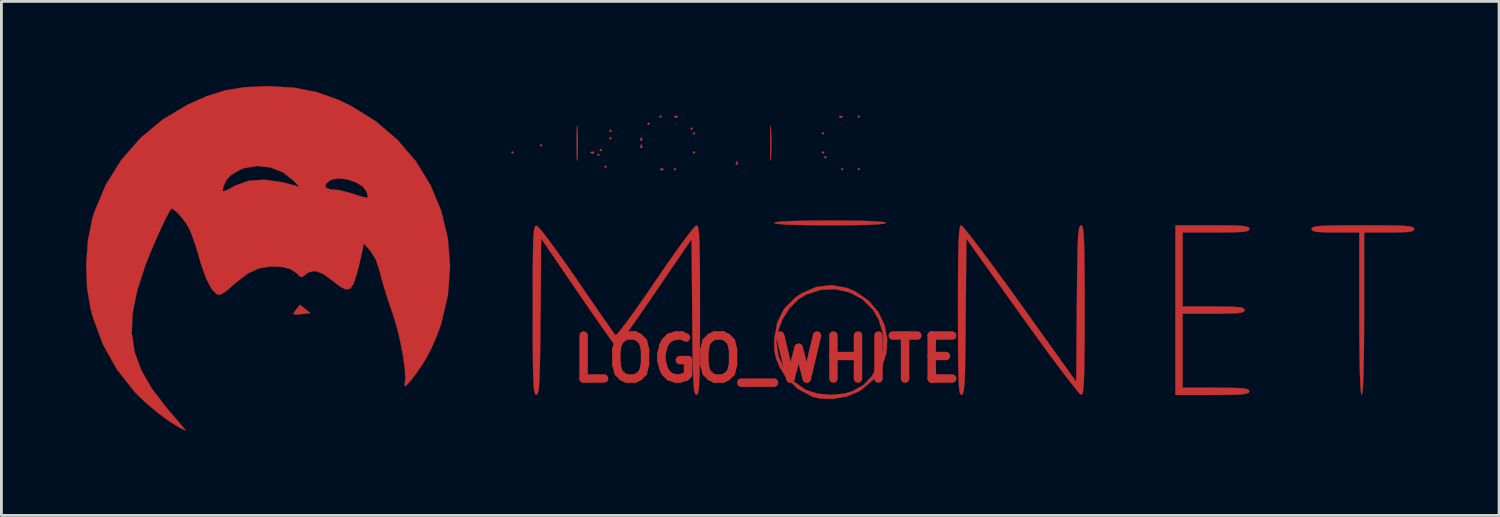
<source format=kicad_pcb>
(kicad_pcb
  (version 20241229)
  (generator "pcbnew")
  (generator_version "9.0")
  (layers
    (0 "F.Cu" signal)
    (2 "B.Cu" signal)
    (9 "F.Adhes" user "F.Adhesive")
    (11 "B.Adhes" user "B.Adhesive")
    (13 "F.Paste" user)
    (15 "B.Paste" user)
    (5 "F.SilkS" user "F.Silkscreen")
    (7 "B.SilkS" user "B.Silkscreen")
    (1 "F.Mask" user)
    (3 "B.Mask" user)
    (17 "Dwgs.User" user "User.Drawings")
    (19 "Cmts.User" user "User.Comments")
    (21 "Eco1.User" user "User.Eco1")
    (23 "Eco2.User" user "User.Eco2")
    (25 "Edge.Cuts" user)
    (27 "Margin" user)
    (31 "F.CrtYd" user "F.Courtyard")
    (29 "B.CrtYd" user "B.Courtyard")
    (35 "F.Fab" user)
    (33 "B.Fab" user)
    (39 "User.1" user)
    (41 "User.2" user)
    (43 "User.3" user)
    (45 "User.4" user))
  (footprint "LOGO_WHITE"
    (layer "F.Cu")
    (at 24.129 9.676)
    (property "Reference" "LOGO_WHITE" (at 0 0 0) (layer "F.Cu") (effects (font (size 1.524 1.524) (thickness 0.3))))
    (attr through_hole)
    (fp_poly (pts (xy -8.975 -7.324) (xy -9.017 -7.281) (xy -9.059 -7.324) (xy -9.017 -7.366) (xy -8.975 -7.324)) (stroke (width 0.01) (type solid)) (fill yes) (layer "F.Cu"))
    (fp_poly (pts (xy -7.959 -7.578) (xy -8.001 -7.535) (xy -8.043 -7.578) (xy -8.001 -7.62) (xy -7.959 -7.578)) (stroke (width 0.01) (type solid)) (fill yes) (layer "F.Cu"))
    (fp_poly (pts (xy -5.927 -7.239) (xy -5.969 -7.197) (xy -6.011 -7.239) (xy -5.969 -7.281) (xy -5.927 -7.239)) (stroke (width 0.01) (type solid)) (fill yes) (layer "F.Cu"))
    (fp_poly (pts (xy -5.842 -7.408) (xy -5.884 -7.366) (xy -5.927 -7.408) (xy -5.884 -7.451) (xy -5.842 -7.408)) (stroke (width 0.01) (type solid)) (fill yes) (layer "F.Cu"))
    (fp_poly (pts (xy -5.673 -6.816) (xy -5.715 -6.773) (xy -5.757 -6.816) (xy -5.715 -6.858) (xy -5.673 -6.816)) (stroke (width 0.01) (type solid)) (fill yes) (layer "F.Cu"))
    (fp_poly (pts (xy -5.503 -8.086) (xy -5.546 -8.043) (xy -5.588 -8.086) (xy -5.546 -8.128) (xy -5.503 -8.086)) (stroke (width 0.01) (type solid)) (fill yes) (layer "F.Cu"))
    (fp_poly (pts (xy -5.503 -7.832) (xy -5.546 -7.789) (xy -5.588 -7.832) (xy -5.546 -7.874) (xy -5.503 -7.832)) (stroke (width 0.01) (type solid)) (fill yes) (layer "F.Cu"))
    (fp_poly (pts (xy -4.149 -8.34) (xy -4.191 -8.297) (xy -4.233 -8.34) (xy -4.191 -8.382) (xy -4.149 -8.34)) (stroke (width 0.01) (type solid)) (fill yes) (layer "F.Cu"))
    (fp_poly (pts (xy -3.725 -8.594) (xy -3.768 -8.551) (xy -3.81 -8.594) (xy -3.768 -8.636) (xy -3.725 -8.594)) (stroke (width 0.01) (type solid)) (fill yes) (layer "F.Cu"))
    (fp_poly (pts (xy -3.217 -6.731) (xy -3.26 -6.689) (xy -3.302 -6.731) (xy -3.26 -6.773) (xy -3.217 -6.731)) (stroke (width 0.01) (type solid)) (fill yes) (layer "F.Cu"))
    (fp_poly (pts (xy -2.625 -8.17) (xy -2.667 -8.128) (xy -2.709 -8.17) (xy -2.667 -8.213) (xy -2.625 -8.17)) (stroke (width 0.01) (type solid)) (fill yes) (layer "F.Cu"))
    (fp_poly (pts (xy -2.54 -8.001) (xy -2.582 -7.959) (xy -2.625 -8.001) (xy -2.582 -8.043) (xy -2.54 -8.001)) (stroke (width 0.01) (type solid)) (fill yes) (layer "F.Cu"))
    (fp_poly (pts (xy -2.54 -7.324) (xy -2.582 -7.281) (xy -2.625 -7.324) (xy -2.582 -7.366) (xy -2.54 -7.324)) (stroke (width 0.01) (type solid)) (fill yes) (layer "F.Cu"))
    (fp_poly (pts (xy 2.032 -8.001) (xy 1.99 -7.959) (xy 1.947 -8.001) (xy 1.99 -8.043) (xy 2.032 -8.001)) (stroke (width 0.01) (type solid)) (fill yes) (layer "F.Cu"))
    (fp_poly (pts (xy 2.032 -7.324) (xy 1.99 -7.281) (xy 1.947 -7.324) (xy 1.99 -7.366) (xy 2.032 -7.324)) (stroke (width 0.01) (type solid)) (fill yes) (layer "F.Cu"))
    (fp_poly (pts (xy 2.117 -7.154) (xy 2.074 -7.112) (xy 2.032 -7.154) (xy 2.074 -7.197) (xy 2.117 -7.154)) (stroke (width 0.01) (type solid)) (fill yes) (layer "F.Cu"))
    (fp_poly (pts (xy 2.709 -6.731) (xy 2.667 -6.689) (xy 2.625 -6.731) (xy 2.667 -6.773) (xy 2.709 -6.731)) (stroke (width 0.01) (type solid)) (fill yes) (layer "F.Cu"))
    (fp_poly (pts (xy 3.302 -8.594) (xy 3.26 -8.551) (xy 3.217 -8.594) (xy 3.26 -8.636) (xy 3.302 -8.594)) (stroke (width 0.01) (type solid)) (fill yes) (layer "F.Cu"))
    (fp_poly (pts (xy 3.302 -6.731) (xy 3.26 -6.689) (xy 3.217 -6.731) (xy 3.26 -6.773) (xy 3.302 -6.731)) (stroke (width 0.01) (type solid)) (fill yes) (layer "F.Cu"))
    (fp_poly (pts (xy -6.124 -7.338) (xy -6.136 -7.287) (xy -6.181 -7.281) (xy -6.25 -7.312) (xy -6.237 -7.338) (xy -6.137 -7.348) (xy -6.124 -7.338)) (stroke (width 0.01) (type solid)) (fill yes) (layer "F.Cu"))
    (fp_poly (pts (xy -4.431 -7.846) (xy -4.421 -7.745) (xy -4.431 -7.733) (xy -4.481 -7.745) (xy -4.487 -7.789) (xy -4.456 -7.859) (xy -4.431 -7.846)) (stroke (width 0.01) (type solid)) (fill yes) (layer "F.Cu"))
    (fp_poly (pts (xy -4.431 -7.592) (xy -4.421 -7.491) (xy -4.431 -7.479) (xy -4.481 -7.491) (xy -4.487 -7.535) (xy -4.456 -7.605) (xy -4.431 -7.592)) (stroke (width 0.01) (type solid)) (fill yes) (layer "F.Cu"))
    (fp_poly (pts (xy -3.669 -6.745) (xy -3.681 -6.695) (xy -3.725 -6.689) (xy -3.795 -6.72) (xy -3.782 -6.745) (xy -3.681 -6.755) (xy -3.669 -6.745)) (stroke (width 0.01) (type solid)) (fill yes) (layer "F.Cu"))
    (fp_poly (pts (xy -3.161 -8.608) (xy -3.173 -8.557) (xy -3.217 -8.551) (xy -3.287 -8.582) (xy -3.274 -8.608) (xy -3.173 -8.618) (xy -3.161 -8.608)) (stroke (width 0.01) (type solid)) (fill yes) (layer "F.Cu"))
    (fp_poly (pts (xy -1.044 -6.999) (xy -1.034 -6.899) (xy -1.044 -6.886) (xy -1.095 -6.898) (xy -1.101 -6.943) (xy -1.07 -7.012) (xy -1.044 -6.999)) (stroke (width 0.01) (type solid)) (fill yes) (layer "F.Cu"))
    (fp_poly (pts (xy 2.681 -8.608) (xy 2.669 -8.557) (xy 2.625 -8.551) (xy 2.555 -8.582) (xy 2.568 -8.608) (xy 2.669 -8.618) (xy 2.681 -8.608)) (stroke (width 0.01) (type solid)) (fill yes) (layer "F.Cu"))
    (fp_poly (pts (xy -16.496 -1.883) (xy -16.363 -1.779) (xy -16.174 -1.626) (xy -16.507 -1.594) (xy -16.716 -1.579) (xy -16.784 -1.602) (xy -16.739 -1.683) (xy -16.697 -1.734) (xy -16.591 -1.865) (xy -16.553 -1.919) (xy -16.496 -1.883)) (stroke (width 0.01) (type solid)) (fill yes) (layer "F.Cu"))
    (fp_poly (pts (xy -6.713 -8.193) (xy -6.711 -8.146) (xy -6.699 -7.757) (xy -6.702 -7.343) (xy -6.711 -7.13) (xy -6.722 -7.024) (xy -6.731 -7.072) (xy -6.738 -7.26) (xy -6.741 -7.573) (xy -6.741 -7.662) (xy -6.739 -7.998) (xy -6.733 -8.207) (xy -6.724 -8.276) (xy -6.713 -8.193)) (stroke (width 0.01) (type solid)) (fill yes) (layer "F.Cu"))
    (fp_poly (pts (xy 0.145 -8.193) (xy 0.147 -8.146) (xy 0.159 -7.757) (xy 0.156 -7.343) (xy 0.147 -7.13) (xy 0.136 -7.024) (xy 0.127 -7.072) (xy 0.12 -7.26) (xy 0.117 -7.573) (xy 0.117 -7.662) (xy 0.119 -7.998) (xy 0.125 -8.207) (xy 0.134 -8.276) (xy 0.145 -8.193)) (stroke (width 0.01) (type solid)) (fill yes) (layer "F.Cu"))
    (fp_poly (pts (xy 2.932 -4.907) (xy 3.483 -4.897) (xy 3.889 -4.88) (xy 4.141 -4.857) (xy 4.233 -4.828) (xy 4.233 -4.826) (xy 4.15 -4.797) (xy 3.905 -4.773) (xy 3.507 -4.756) (xy 2.963 -4.745) (xy 2.282 -4.741) (xy 2.244 -4.741) (xy 1.555 -4.745) (xy 1.004 -4.755) (xy 0.599 -4.772) (xy 0.346 -4.795) (xy 0.254 -4.824) (xy 0.254 -4.826) (xy 0.337 -4.855) (xy 0.582 -4.879) (xy 0.98 -4.896) (xy 1.524 -4.907) (xy 2.205 -4.911) (xy 2.244 -4.911) (xy 2.932 -4.907)) (stroke (width 0.01) (type solid)) (fill yes) (layer "F.Cu"))
    (fp_poly (pts (xy 21.732 -4.74) (xy 22.191 -4.735) (xy 22.521 -4.725) (xy 22.741 -4.708) (xy 22.871 -4.683) (xy 22.932 -4.649) (xy 22.945 -4.614) (xy 22.917 -4.556) (xy 22.817 -4.519) (xy 22.617 -4.497) (xy 22.29 -4.488) (xy 22.056 -4.487) (xy 21.167 -4.487) (xy 21.167 -1.609) (xy 21.164 -0.749) (xy 21.157 -0.035) (xy 21.145 0.529) (xy 21.128 0.937) (xy 21.107 1.186) (xy 21.082 1.27) (xy 21.082 1.27) (xy 21.057 1.186) (xy 21.036 0.938) (xy 21.019 0.529) (xy 21.007 -0.034) (xy 21 -0.748) (xy 20.997 -1.608) (xy 20.997 -4.487) (xy 20.151 -4.487) (xy 19.756 -4.492) (xy 19.502 -4.507) (xy 19.362 -4.538) (xy 19.308 -4.588) (xy 19.304 -4.614) (xy 19.324 -4.657) (xy 19.398 -4.689) (xy 19.545 -4.712) (xy 19.786 -4.727) (xy 20.14 -4.736) (xy 20.628 -4.74) (xy 21.124 -4.741) (xy 21.732 -4.74)) (stroke (width 0.01) (type solid)) (fill yes) (layer "F.Cu"))
    (fp_poly (pts (xy 16.297 -4.739) (xy 16.657 -4.731) (xy 16.894 -4.715) (xy 17.032 -4.688) (xy 17.093 -4.649) (xy 17.103 -4.614) (xy 17.079 -4.563) (xy 16.992 -4.527) (xy 16.816 -4.505) (xy 16.529 -4.492) (xy 16.105 -4.488) (xy 15.917 -4.487) (xy 14.732 -4.487) (xy 14.732 -1.863) (xy 15.833 -1.863) (xy 16.291 -1.86) (xy 16.605 -1.849) (xy 16.8 -1.829) (xy 16.901 -1.794) (xy 16.933 -1.744) (xy 16.933 -1.736) (xy 16.909 -1.683) (xy 16.819 -1.647) (xy 16.637 -1.624) (xy 16.34 -1.612) (xy 15.903 -1.609) (xy 15.833 -1.609) (xy 14.732 -1.609) (xy 14.732 1.016) (xy 15.917 1.016) (xy 16.395 1.019) (xy 16.728 1.028) (xy 16.941 1.047) (xy 17.056 1.077) (xy 17.1 1.123) (xy 17.103 1.143) (xy 17.08 1.192) (xy 16.996 1.227) (xy 16.829 1.25) (xy 16.553 1.263) (xy 16.148 1.269) (xy 15.79 1.27) (xy 14.478 1.27) (xy 14.478 -4.741) (xy 15.79 -4.741) (xy 16.297 -4.739)) (stroke (width 0.01) (type solid)) (fill yes) (layer "F.Cu"))
    (fp_poly (pts (xy 2.838 -2.522) (xy 3.132 -2.398) (xy 3.606 -2.071) (xy 3.953 -1.66) (xy 4.174 -1.191) (xy 4.266 -0.69) (xy 4.229 -0.183) (xy 4.063 0.302) (xy 3.765 0.738) (xy 3.336 1.101) (xy 3.263 1.145) (xy 2.836 1.323) (xy 2.354 1.41) (xy 1.883 1.398) (xy 1.601 1.328) (xy 1.086 1.048) (xy 0.673 0.638) (xy 0.458 0.289) (xy 0.331 -0.003) (xy 0.27 -0.259) (xy 0.259 -0.563) (xy 0.262 -0.616) (xy 0.339 -0.616) (xy 0.416 -0.096) (xy 0.632 0.389) (xy 0.96 0.799) (xy 1.372 1.09) (xy 1.794 1.225) (xy 2.284 1.269) (xy 2.763 1.22) (xy 3.028 1.139) (xy 3.418 0.921) (xy 3.716 0.613) (xy 3.947 0.212) (xy 4.12 -0.336) (xy 4.124 -0.88) (xy 3.963 -1.406) (xy 3.75 -1.759) (xy 3.379 -2.126) (xy 2.923 -2.367) (xy 2.418 -2.477) (xy 1.896 -2.451) (xy 1.392 -2.284) (xy 1.116 -2.118) (xy 0.805 -1.809) (xy 0.549 -1.4) (xy 0.384 -0.955) (xy 0.339 -0.616) (xy 0.262 -0.616) (xy 0.267 -0.74) (xy 0.369 -1.305) (xy 0.609 -1.777) (xy 0.995 -2.169) (xy 1.217 -2.322) (xy 1.743 -2.555) (xy 2.289 -2.622) (xy 2.838 -2.522)) (stroke (width 0.01) (type solid)) (fill yes) (layer "F.Cu"))
    (fp_poly (pts (xy 11.168 -4.723) (xy 11.196 -4.658) (xy 11.217 -4.531) (xy 11.233 -4.326) (xy 11.245 -4.028) (xy 11.253 -3.619) (xy 11.258 -3.086) (xy 11.26 -2.413) (xy 11.261 -1.736) (xy 11.26 -0.928) (xy 11.257 -0.274) (xy 11.251 0.241) (xy 11.242 0.632) (xy 11.228 0.915) (xy 11.211 1.105) (xy 11.188 1.216) (xy 11.159 1.265) (xy 11.142 1.27) (xy 11.068 1.203) (xy 10.908 1.013) (xy 10.673 0.713) (xy 10.373 0.319) (xy 10.021 -0.155) (xy 9.626 -0.695) (xy 9.2 -1.285) (xy 9.046 -1.5) (xy 7.07 -4.27) (xy 7.047 -1.5) (xy 7.04 -0.732) (xy 7.032 -0.117) (xy 7.022 0.361) (xy 7.01 0.719) (xy 6.994 0.972) (xy 6.973 1.137) (xy 6.947 1.23) (xy 6.915 1.267) (xy 6.899 1.27) (xy 6.866 1.252) (xy 6.838 1.187) (xy 6.817 1.06) (xy 6.801 0.855) (xy 6.789 0.556) (xy 6.781 0.148) (xy 6.776 -0.385) (xy 6.774 -1.059) (xy 6.773 -1.736) (xy 6.774 -2.552) (xy 6.778 -3.214) (xy 6.784 -3.735) (xy 6.795 -4.13) (xy 6.809 -4.414) (xy 6.827 -4.601) (xy 6.851 -4.705) (xy 6.881 -4.741) (xy 6.885 -4.741) (xy 6.957 -4.675) (xy 7.116 -4.484) (xy 7.35 -4.185) (xy 7.649 -3.791) (xy 8.002 -3.317) (xy 8.397 -2.778) (xy 8.823 -2.189) (xy 8.981 -1.968) (xy 10.964 0.804) (xy 10.987 -1.968) (xy 10.994 -2.737) (xy 11.002 -3.352) (xy 11.012 -3.831) (xy 11.024 -4.189) (xy 11.04 -4.442) (xy 11.061 -4.607) (xy 11.087 -4.701) (xy 11.119 -4.738) (xy 11.135 -4.741) (xy 11.168 -4.723)) (stroke (width 0.01) (type solid)) (fill yes) (layer "F.Cu"))
    (fp_poly (pts (xy -2.46 -4.721) (xy -2.434 -4.65) (xy -2.413 -4.513) (xy -2.397 -4.294) (xy -2.386 -3.978) (xy -2.378 -3.55) (xy -2.373 -2.994) (xy -2.371 -2.294) (xy -2.371 -1.736) (xy -2.371 -0.933) (xy -2.374 -0.285) (xy -2.379 0.226) (xy -2.388 0.614) (xy -2.401 0.896) (xy -2.418 1.087) (xy -2.44 1.202) (xy -2.468 1.258) (xy -2.497 1.27) (xy -2.532 1.251) (xy -2.56 1.183) (xy -2.583 1.05) (xy -2.601 0.835) (xy -2.615 0.523) (xy -2.626 0.096) (xy -2.635 -0.46) (xy -2.642 -1.163) (xy -2.645 -1.493) (xy -2.667 -4.255) (xy -3.974 -2.339) (xy -4.318 -1.837) (xy -4.631 -1.385) (xy -4.902 -1) (xy -5.116 -0.7) (xy -5.263 -0.503) (xy -5.327 -0.427) (xy -5.329 -0.427) (xy -5.387 -0.495) (xy -5.527 -0.685) (xy -5.738 -0.979) (xy -6.005 -1.36) (xy -6.316 -1.809) (xy -6.659 -2.309) (xy -6.689 -2.353) (xy -8.001 -4.276) (xy -8.023 -1.503) (xy -8.03 -0.734) (xy -8.038 -0.119) (xy -8.048 0.359) (xy -8.061 0.717) (xy -8.077 0.971) (xy -8.098 1.136) (xy -8.124 1.229) (xy -8.156 1.267) (xy -8.171 1.27) (xy -8.205 1.252) (xy -8.232 1.187) (xy -8.254 1.06) (xy -8.27 0.855) (xy -8.282 0.557) (xy -8.29 0.149) (xy -8.294 -0.384) (xy -8.297 -1.057) (xy -8.297 -1.742) (xy -8.297 -2.538) (xy -8.295 -3.181) (xy -8.29 -3.686) (xy -8.283 -4.07) (xy -8.272 -4.348) (xy -8.256 -4.538) (xy -8.235 -4.653) (xy -8.208 -4.711) (xy -8.174 -4.728) (xy -8.158 -4.726) (xy -8.074 -4.652) (xy -7.911 -4.454) (xy -7.681 -4.154) (xy -7.399 -3.768) (xy -7.078 -3.315) (xy -6.731 -2.814) (xy -6.726 -2.806) (xy -6.382 -2.303) (xy -6.067 -1.845) (xy -5.795 -1.452) (xy -5.578 -1.141) (xy -5.43 -0.933) (xy -5.363 -0.845) (xy -5.363 -0.844) (xy -5.299 -0.894) (xy -5.155 -1.068) (xy -4.942 -1.349) (xy -4.673 -1.719) (xy -4.361 -2.164) (xy -4.018 -2.664) (xy -3.953 -2.759) (xy -3.603 -3.271) (xy -3.279 -3.735) (xy -2.993 -4.131) (xy -2.759 -4.443) (xy -2.59 -4.652) (xy -2.499 -4.74) (xy -2.493 -4.741) (xy -2.46 -4.721)) (stroke (width 0.01) (type solid)) (fill yes) (layer "F.Cu"))
    (fp_poly (pts (xy -16.763 -9.619) (xy -15.96 -9.463) (xy -15.189 -9.189) (xy -14.744 -8.976) (xy -13.85 -8.42) (xy -13.076 -7.755) (xy -12.429 -6.994) (xy -11.915 -6.152) (xy -11.539 -5.244) (xy -11.308 -4.285) (xy -11.228 -3.289) (xy -11.304 -2.27) (xy -11.544 -1.244) (xy -11.549 -1.228) (xy -11.699 -0.819) (xy -11.887 -0.389) (xy -12.074 -0.029) (xy -12.08 -0.019) (xy -12.255 0.26) (xy -12.438 0.522) (xy -12.608 0.744) (xy -12.745 0.901) (xy -12.828 0.968) (xy -12.839 0.92) (xy -12.837 0.913) (xy -12.813 0.678) (xy -12.834 0.32) (xy -12.896 -0.123) (xy -12.99 -0.614) (xy -13.111 -1.114) (xy -13.252 -1.585) (xy -13.292 -1.701) (xy -13.436 -2.124) (xy -13.569 -2.545) (xy -13.671 -2.905) (xy -13.716 -3.091) (xy -13.854 -3.519) (xy -14.052 -3.834) (xy -14.288 -4.098) (xy -14.344 -3.806) (xy -14.397 -3.564) (xy -14.477 -3.24) (xy -14.544 -2.985) (xy -14.649 -2.665) (xy -14.767 -2.495) (xy -14.923 -2.468) (xy -15.143 -2.578) (xy -15.419 -2.794) (xy -15.747 -3.03) (xy -16.014 -3.122) (xy -16.241 -3.075) (xy -16.353 -2.994) (xy -16.474 -2.907) (xy -16.569 -2.939) (xy -16.656 -3.037) (xy -16.876 -3.186) (xy -17.205 -3.27) (xy -17.593 -3.282) (xy -17.992 -3.217) (xy -18.001 -3.215) (xy -18.4 -3.031) (xy -18.839 -2.691) (xy -18.873 -2.661) (xy -19.134 -2.431) (xy -19.31 -2.309) (xy -19.433 -2.277) (xy -19.498 -2.298) (xy -19.673 -2.476) (xy -19.853 -2.813) (xy -20.033 -3.298) (xy -20.142 -3.668) (xy -20.25 -4.03) (xy -20.368 -4.37) (xy -20.472 -4.621) (xy -20.483 -4.642) (xy -20.612 -4.852) (xy -20.776 -5.061) (xy -20.939 -5.232) (xy -21.066 -5.326) (xy -21.114 -5.327) (xy -21.196 -5.197) (xy -21.325 -4.946) (xy -21.483 -4.611) (xy -21.655 -4.227) (xy -21.825 -3.832) (xy -21.975 -3.461) (xy -22.035 -3.302) (xy -22.319 -2.421) (xy -22.479 -1.635) (xy -22.51 -0.918) (xy -22.408 -0.247) (xy -22.17 0.402) (xy -21.792 1.054) (xy -21.269 1.733) (xy -21.213 1.799) (xy -20.963 2.089) (xy -20.763 2.326) (xy -20.634 2.483) (xy -20.594 2.537) (xy -20.676 2.499) (xy -20.846 2.41) (xy -20.87 2.397) (xy -21.201 2.19) (xy -21.59 1.901) (xy -21.981 1.576) (xy -22.319 1.258) (xy -22.397 1.175) (xy -23.034 0.369) (xy -23.53 -0.518) (xy -23.893 -1.502) (xy -23.968 -1.778) (xy -24.093 -2.528) (xy -24.124 -3.351) (xy -24.063 -4.183) (xy -23.912 -4.958) (xy -23.838 -5.207) (xy -23.507 -5.991) (xy -19.29 -5.991) (xy -19.27 -5.943) (xy -19.169 -5.973) (xy -18.958 -6.085) (xy -18.947 -6.091) (xy -15.647 -6.091) (xy -15.504 -6.021) (xy -15.385 -6.011) (xy -15.146 -5.983) (xy -14.836 -5.909) (xy -14.645 -5.849) (xy -14.391 -5.766) (xy -14.212 -5.719) (xy -14.153 -5.715) (xy -14.152 -5.809) (xy -14.18 -5.921) (xy -14.318 -6.111) (xy -14.57 -6.267) (xy -14.88 -6.371) (xy -15.191 -6.405) (xy -15.45 -6.351) (xy -15.462 -6.345) (xy -15.635 -6.208) (xy -15.647 -6.091) (xy -18.947 -6.091) (xy -18.854 -6.143) (xy -18.38 -6.314) (xy -17.816 -6.357) (xy -17.184 -6.27) (xy -17.029 -6.23) (xy -16.575 -6.106) (xy -16.775 -6.324) (xy -17.149 -6.617) (xy -17.6 -6.794) (xy -18.079 -6.845) (xy -18.54 -6.763) (xy -18.699 -6.695) (xy -18.985 -6.525) (xy -19.155 -6.349) (xy -19.257 -6.117) (xy -19.29 -5.991) (xy -23.507 -5.991) (xy -23.429 -6.176) (xy -22.881 -7.055) (xy -22.203 -7.831) (xy -21.408 -8.493) (xy -20.532 -9.015) (xy -19.845 -9.32) (xy -19.198 -9.522) (xy -18.529 -9.634) (xy -17.773 -9.671) (xy -17.653 -9.671) (xy -16.763 -9.619)) (stroke (width 0.01) (type solid)) (fill yes) (layer "F.Cu")))
  (gr_rect
    (start -3 -3)
    (end 50.079 15.218)
    (stroke (width 0.1) (type default))
    (fill no)
    (layer "Edge.Cuts")))
</source>
